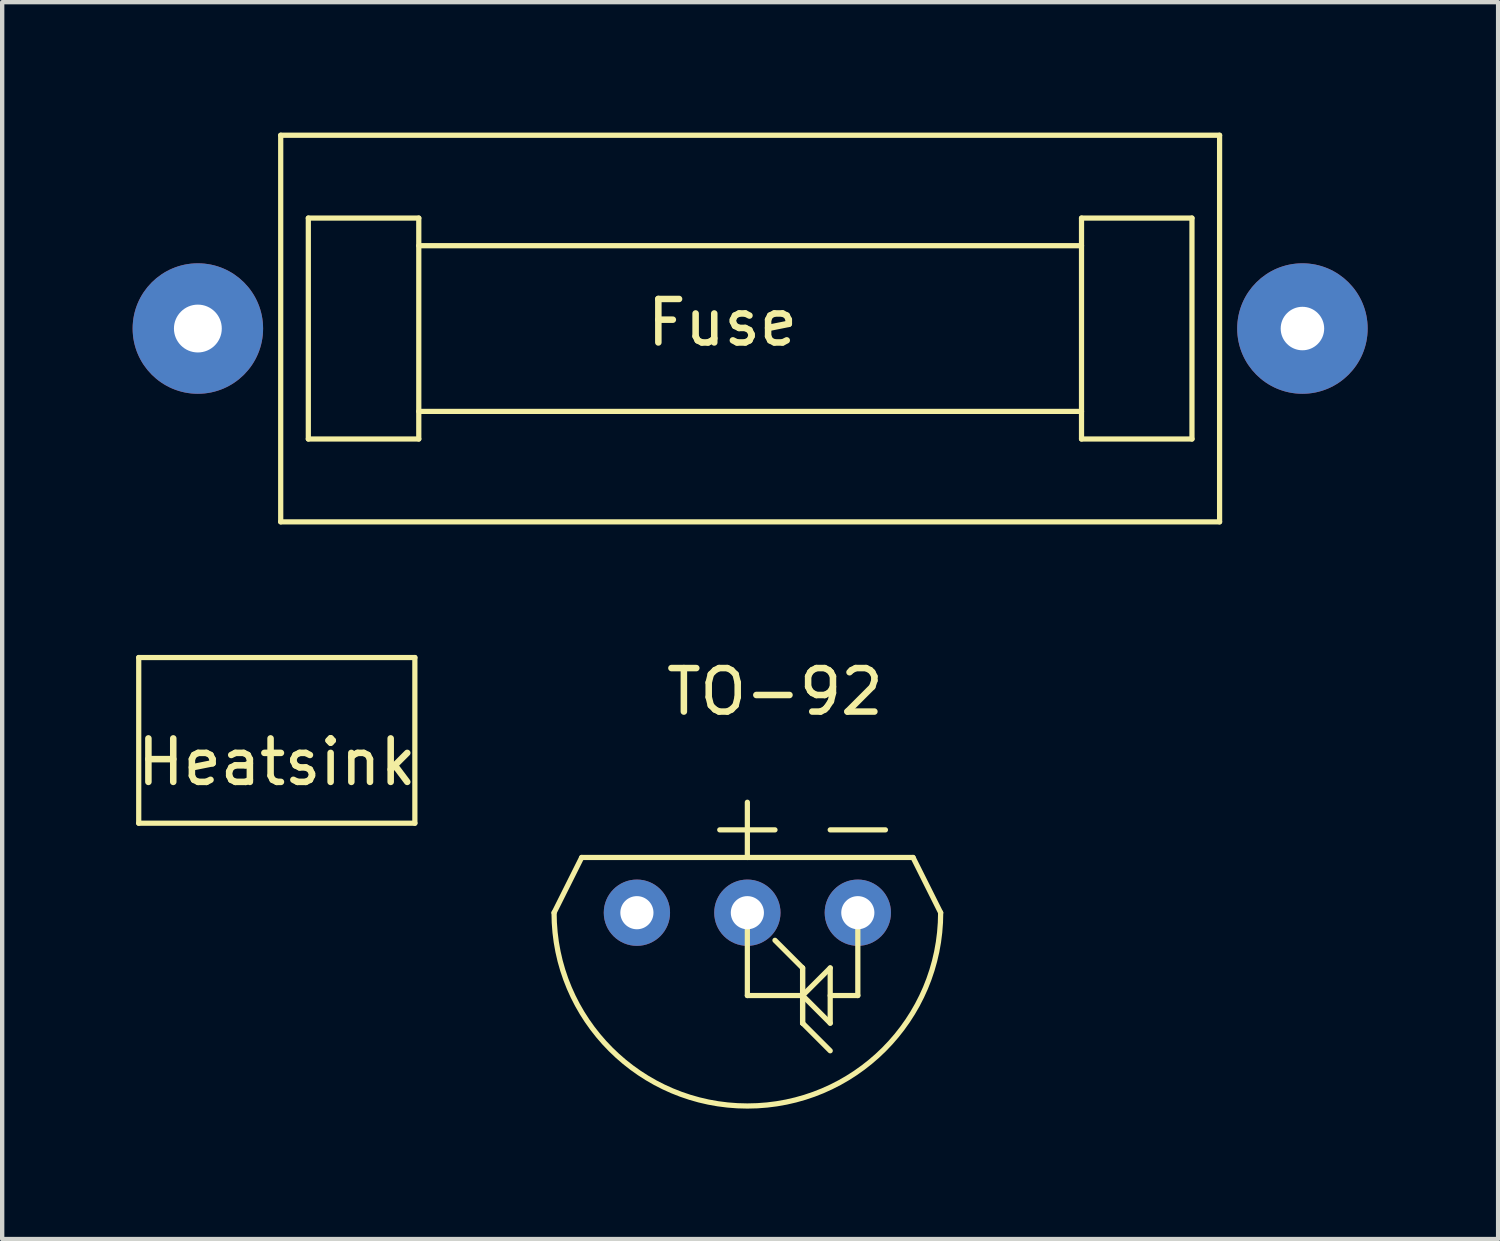
<source format=kicad_pcb>
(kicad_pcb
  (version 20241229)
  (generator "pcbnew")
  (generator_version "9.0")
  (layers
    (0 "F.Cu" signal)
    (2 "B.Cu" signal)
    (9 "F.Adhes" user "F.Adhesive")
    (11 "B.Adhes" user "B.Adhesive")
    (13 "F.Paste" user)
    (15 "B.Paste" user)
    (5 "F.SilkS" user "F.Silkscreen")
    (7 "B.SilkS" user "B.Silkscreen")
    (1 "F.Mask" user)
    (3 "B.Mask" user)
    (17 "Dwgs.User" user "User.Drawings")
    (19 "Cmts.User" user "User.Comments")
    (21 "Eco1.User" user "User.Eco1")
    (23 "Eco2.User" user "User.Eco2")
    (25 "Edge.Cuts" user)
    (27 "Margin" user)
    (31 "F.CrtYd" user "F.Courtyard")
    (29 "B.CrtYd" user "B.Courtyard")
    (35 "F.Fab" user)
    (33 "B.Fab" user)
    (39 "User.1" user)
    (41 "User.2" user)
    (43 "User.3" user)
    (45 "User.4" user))
  (footprint "TO-92"
    (layer "F.Cu")
    (at 14.136 17.938)
    (property "Reference" "TO-92" (at 0.635 -5.08 0) (layer "F.SilkS") (effects (font (size 1 1) (thickness 0.15))))
    (attr through_hole)
    (fp_line (start -3.81 -1.27) (end -4.445 0) (stroke (width 0.12) (type solid)) (layer "F.SilkS"))
    (fp_line (start -3.81 -1.27) (end 3.81 -1.27) (stroke (width 0.12) (type solid)) (layer "F.SilkS"))
    (fp_line (start -0.635 -1.905) (end 0.635 -1.905) (stroke (width 0.12) (type solid)) (layer "F.SilkS"))
    (fp_line (start 0 -2.54) (end 0 -1.27) (stroke (width 0.12) (type solid)) (layer "F.SilkS"))
    (fp_line (start 0 1.905) (end 0 0) (stroke (width 0.12) (type solid)) (layer "F.SilkS"))
    (fp_line (start 1.27 1.27) (end 0.635 0.635) (stroke (width 0.12) (type solid)) (layer "F.SilkS"))
    (fp_line (start 1.27 1.27) (end 1.27 2.54) (stroke (width 0.12) (type solid)) (layer "F.SilkS"))
    (fp_line (start 1.27 1.905) (end 0 1.905) (stroke (width 0.12) (type solid)) (layer "F.SilkS"))
    (fp_line (start 1.27 1.905) (end 1.905 1.27) (stroke (width 0.12) (type solid)) (layer "F.SilkS"))
    (fp_line (start 1.27 2.54) (end 1.27 1.27) (stroke (width 0.12) (type solid)) (layer "F.SilkS"))
    (fp_line (start 1.27 2.54) (end 1.905 3.175) (stroke (width 0.12) (type solid)) (layer "F.SilkS"))
    (fp_line (start 1.905 -1.905) (end 3.175 -1.905) (stroke (width 0.12) (type solid)) (layer "F.SilkS"))
    (fp_line (start 1.905 1.27) (end 1.905 2.54) (stroke (width 0.12) (type solid)) (layer "F.SilkS"))
    (fp_line (start 1.905 1.905) (end 2.54 1.905) (stroke (width 0.12) (type solid)) (layer "F.SilkS"))
    (fp_line (start 1.905 2.54) (end 1.27 1.905) (stroke (width 0.12) (type solid)) (layer "F.SilkS"))
    (fp_line (start 2.54 1.905) (end 2.54 0) (stroke (width 0.12) (type solid)) (layer "F.SilkS"))
    (fp_line (start 3.81 -1.27) (end 4.445 0) (stroke (width 0.12) (type solid)) (layer "F.SilkS"))
    (fp_arc (start 4.445 0) (mid 0 4.445) (end -4.445 0) (stroke (width 0.12) (type solid)) (layer "F.SilkS"))
    (pad "1" thru_hole circle (at 0 0) (size 1.524 1.524) (drill 0.762) (layers "*.Cu" "*.Mask"))
    (pad "2" thru_hole circle (at 2.54 0) (size 1.524 1.524) (drill 0.762) (layers "*.Cu" "*.Mask"))
    (pad "3" thru_hole circle (at -2.54 0) (size 1.524 1.524) (drill 0.762) (layers "*.Cu" "*.Mask")))
  (footprint "Heatsink"
    (layer "F.Cu")
    (at 3.315 13.975)
    (property "Reference" "Heatsink" (at 0 0.5 0) (layer "F.SilkS") (effects (font (size 1 1) (thickness 0.15))))
    (attr through_hole)
    (fp_line (start -3.175 -1.905) (end 3.175 -1.905) (stroke (width 0.12) (type solid)) (layer "F.SilkS"))
    (fp_line (start -3.175 1.905) (end -3.175 -1.905) (stroke (width 0.12) (type solid)) (layer "F.SilkS"))
    (fp_line (start 3.175 -1.905) (end 3.175 1.905) (stroke (width 0.12) (type solid)) (layer "F.SilkS"))
    (fp_line (start 3.175 1.905) (end -3.175 1.905) (stroke (width 0.12) (type solid)) (layer "F.SilkS")))
  (footprint "Fuse"
    (layer "F.Cu")
    (at 14.2 4.505)
    (property "Reference" "Fuse" (at -0.635 -0.135 0) (layer "F.SilkS") (effects (font (size 1 1) (thickness 0.15))))
    (attr through_hole)
    (fp_line (start -10.795 -4.445) (end 10.795 -4.445) (stroke (width 0.12) (type solid)) (layer "F.SilkS"))
    (fp_line (start -10.795 4.445) (end -10.795 -4.445) (stroke (width 0.12) (type solid)) (layer "F.SilkS"))
    (fp_line (start -10.16 -2.54) (end -10.16 2.54) (stroke (width 0.12) (type solid)) (layer "F.SilkS"))
    (fp_line (start -10.16 2.54) (end -7.62 2.54) (stroke (width 0.12) (type solid)) (layer "F.SilkS"))
    (fp_line (start -7.62 -2.54) (end -10.16 -2.54) (stroke (width 0.12) (type solid)) (layer "F.SilkS"))
    (fp_line (start -7.62 -1.905) (end 7.62 -1.905) (stroke (width 0.12) (type solid)) (layer "F.SilkS"))
    (fp_line (start -7.62 1.905) (end 7.62 1.905) (stroke (width 0.12) (type solid)) (layer "F.SilkS"))
    (fp_line (start -7.62 2.54) (end -7.62 -2.54) (stroke (width 0.12) (type solid)) (layer "F.SilkS"))
    (fp_line (start 7.62 -2.54) (end 10.16 -2.54) (stroke (width 0.12) (type solid)) (layer "F.SilkS"))
    (fp_line (start 7.62 2.54) (end 7.62 -2.54) (stroke (width 0.12) (type solid)) (layer "F.SilkS"))
    (fp_line (start 10.16 -2.54) (end 10.16 2.54) (stroke (width 0.12) (type solid)) (layer "F.SilkS"))
    (fp_line (start 10.16 2.54) (end 7.62 2.54) (stroke (width 0.12) (type solid)) (layer "F.SilkS"))
    (fp_line (start 10.795 -4.445) (end 10.795 4.445) (stroke (width 0.12) (type solid)) (layer "F.SilkS"))
    (fp_line (start 10.795 4.445) (end -10.795 4.445) (stroke (width 0.12) (type solid)) (layer "F.SilkS"))
    (pad "1" thru_hole circle (at 12.7 0) (size 3 3) (drill 1) (layers "*.Cu" "*.Mask"))
    (pad "2" thru_hole circle (at -12.7 0) (size 3 3) (drill 1.1) (layers "*.Cu" "*.Mask")))
  (gr_rect
    (start -3 -3)
    (end 31.4 25.443)
    (stroke (width 0.1) (type default))
    (fill no)
    (layer "Edge.Cuts")))
</source>
